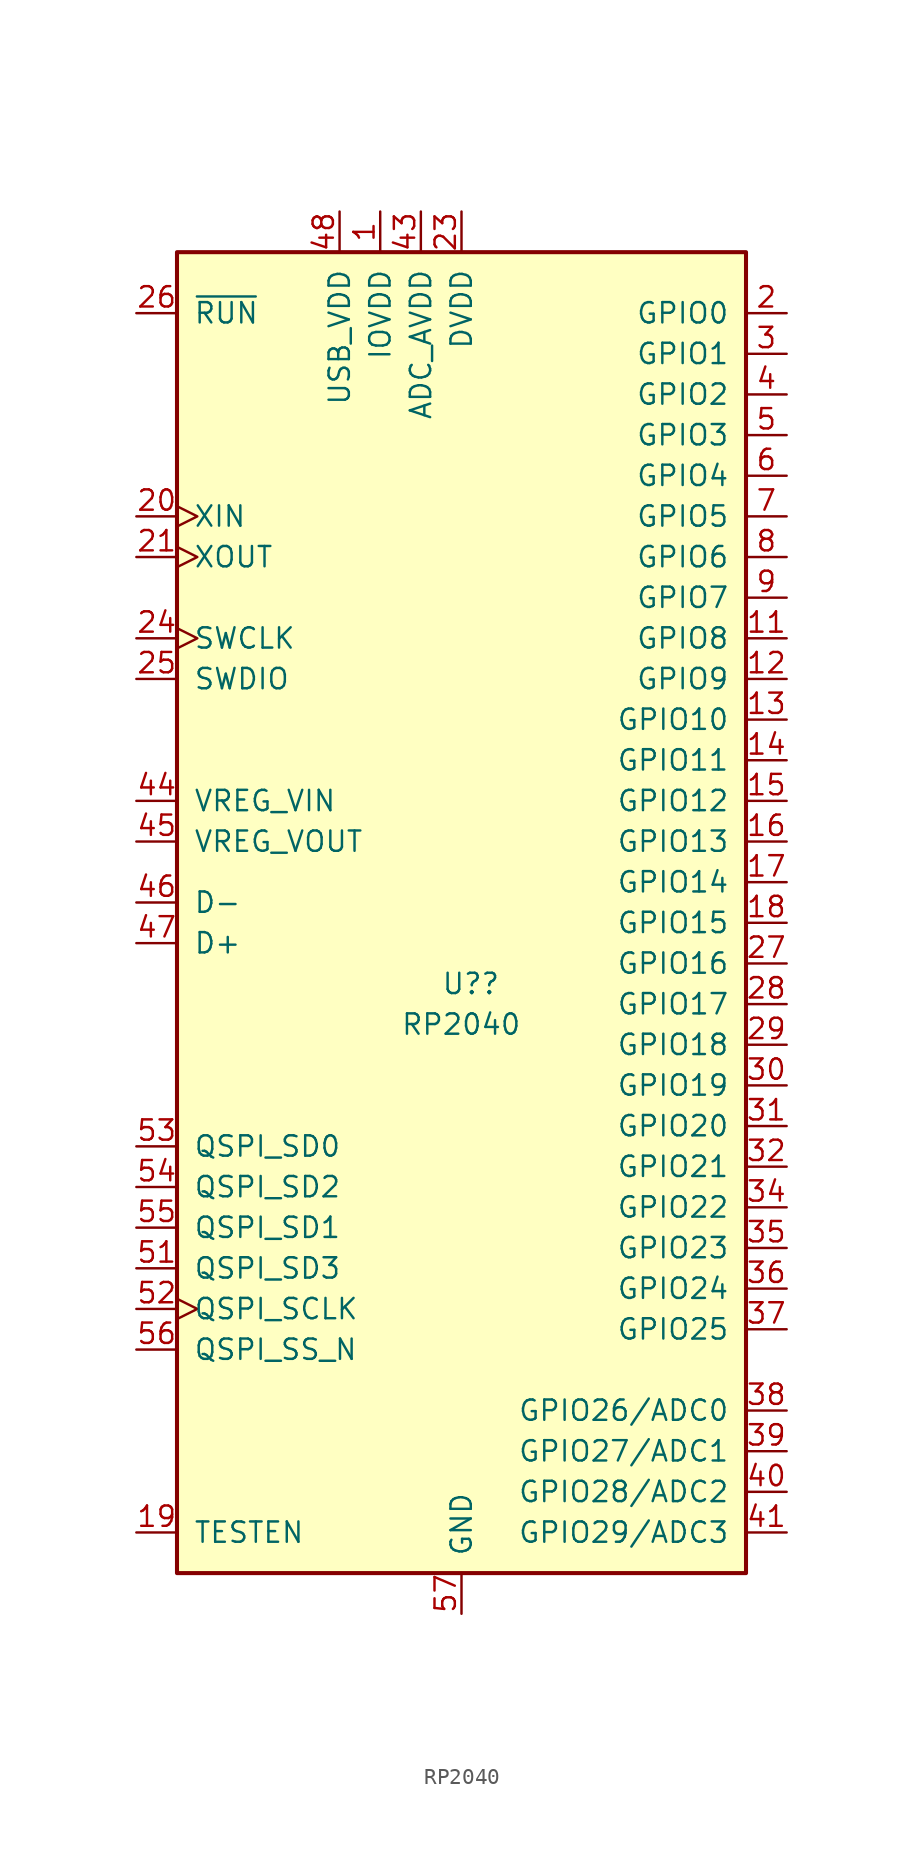
<source format=kicad_sym>
(kicad_symbol_lib
  (version 20211014)
  (generator kicad_symbol_editor)
  (symbol "cipulot_parts:RP2040"
    (pin_names
      (offset 1.016))
    (property "Reference" "U?"
      (at -1.27 1.27 0)
      (effects (font (size 1.27 1.27)) (justify left)))
    (property "Value" "RP2040"
      (at -3.81 -1.27 0)
      (effects (font (size 1.27 1.27)) (justify left)))
    (symbol "RP2040_0_0"
      (rectangle (start -17.78 46.99) (end 17.78 -35.56) (stroke (width 0.254) (type default) (color 0 0 0 0)) (fill (type background))))
    (symbol "RP2040_1_1"
      (pin power_in line (at -5.08 49.53 270) (length 2.54) (name "IOVDD" (effects (font (size 1.27 1.27)))) (number "1" (effects (font (size 1.27 1.27)))))
      (pin power_in line (at -5.08 49.53 270) (length 2.54) hide (name "IOVDD" (effects (font (size 1.27 1.27)))) (number "10" (effects (font (size 1.27 1.27)))))
      (pin input line (at 20.32 22.86 180) (length 2.54) (name "GPIO8" (effects (font (size 1.27 1.27)))) (number "11" (effects (font (size 1.27 1.27)))))
      (pin input line (at 20.32 20.32 180) (length 2.54) (name "GPIO9" (effects (font (size 1.27 1.27)))) (number "12" (effects (font (size 1.27 1.27)))))
      (pin input line (at 20.32 17.78 180) (length 2.54) (name "GPIO10" (effects (font (size 1.27 1.27)))) (number "13" (effects (font (size 1.27 1.27)))))
      (pin input line (at 20.32 15.24 180) (length 2.54) (name "GPIO11" (effects (font (size 1.27 1.27)))) (number "14" (effects (font (size 1.27 1.27)))))
      (pin input line (at 20.32 12.7 180) (length 2.54) (name "GPIO12" (effects (font (size 1.27 1.27)))) (number "15" (effects (font (size 1.27 1.27)))))
      (pin input line (at 20.32 10.16 180) (length 2.54) (name "GPIO13" (effects (font (size 1.27 1.27)))) (number "16" (effects (font (size 1.27 1.27)))))
      (pin input line (at 20.32 7.62 180) (length 2.54) (name "GPIO14" (effects (font (size 1.27 1.27)))) (number "17" (effects (font (size 1.27 1.27)))))
      (pin input line (at 20.32 5.08 180) (length 2.54) (name "GPIO15" (effects (font (size 1.27 1.27)))) (number "18" (effects (font (size 1.27 1.27)))))
      (pin input line (at -20.32 -33.02 0) (length 2.54) (name "TESTEN" (effects (font (size 1.27 1.27)))) (number "19" (effects (font (size 1.27 1.27)))))
      (pin input line (at 20.32 43.18 180) (length 2.54) (name "GPIO0" (effects (font (size 1.27 1.27)))) (number "2" (effects (font (size 1.27 1.27)))))
      (pin input clock (at -20.32 30.48 0) (length 2.54) (name "XIN" (effects (font (size 1.27 1.27)))) (number "20" (effects (font (size 1.27 1.27)))))
      (pin input clock (at -20.32 27.94 0) (length 2.54) (name "XOUT" (effects (font (size 1.27 1.27)))) (number "21" (effects (font (size 1.27 1.27)))))
      (pin power_in line (at -5.08 49.53 270) (length 2.54) hide (name "IOVDD" (effects (font (size 1.27 1.27)))) (number "22" (effects (font (size 1.27 1.27)))))
      (pin power_in line (at 0 49.53 270) (length 2.54) (name "DVDD" (effects (font (size 1.27 1.27)))) (number "23" (effects (font (size 1.27 1.27)))))
      (pin input clock (at -20.32 22.86 0) (length 2.54) (name "SWCLK" (effects (font (size 1.27 1.27)))) (number "24" (effects (font (size 1.27 1.27)))))
      (pin bidirectional line (at -20.32 20.32 0) (length 2.54) (name "SWDIO" (effects (font (size 1.27 1.27)))) (number "25" (effects (font (size 1.27 1.27)))))
      (pin input line (at -20.32 43.18 0) (length 2.54) (name "~{RUN}" (effects (font (size 1.27 1.27)))) (number "26" (effects (font (size 1.27 1.27)))))
      (pin input line (at 20.32 2.54 180) (length 2.54) (name "GPIO16" (effects (font (size 1.27 1.27)))) (number "27" (effects (font (size 1.27 1.27)))))
      (pin input line (at 20.32 0 180) (length 2.54) (name "GPIO17" (effects (font (size 1.27 1.27)))) (number "28" (effects (font (size 1.27 1.27)))))
      (pin input line (at 20.32 -2.54 180) (length 2.54) (name "GPIO18" (effects (font (size 1.27 1.27)))) (number "29" (effects (font (size 1.27 1.27)))))
      (pin input line (at 20.32 40.64 180) (length 2.54) (name "GPIO1" (effects (font (size 1.27 1.27)))) (number "3" (effects (font (size 1.27 1.27)))))
      (pin input line (at 20.32 -5.08 180) (length 2.54) (name "GPIO19" (effects (font (size 1.27 1.27)))) (number "30" (effects (font (size 1.27 1.27)))))
      (pin input line (at 20.32 -7.62 180) (length 2.54) (name "GPIO20" (effects (font (size 1.27 1.27)))) (number "31" (effects (font (size 1.27 1.27)))))
      (pin input line (at 20.32 -10.16 180) (length 2.54) (name "GPIO21" (effects (font (size 1.27 1.27)))) (number "32" (effects (font (size 1.27 1.27)))))
      (pin power_in line (at -5.08 49.53 270) (length 2.54) hide (name "IOVDD" (effects (font (size 1.27 1.27)))) (number "33" (effects (font (size 1.27 1.27)))))
      (pin input line (at 20.32 -12.7 180) (length 2.54) (name "GPIO22" (effects (font (size 1.27 1.27)))) (number "34" (effects (font (size 1.27 1.27)))))
      (pin input line (at 20.32 -15.24 180) (length 2.54) (name "GPIO23" (effects (font (size 1.27 1.27)))) (number "35" (effects (font (size 1.27 1.27)))))
      (pin input line (at 20.32 -17.78 180) (length 2.54) (name "GPIO24" (effects (font (size 1.27 1.27)))) (number "36" (effects (font (size 1.27 1.27)))))
      (pin input line (at 20.32 -20.32 180) (length 2.54) (name "GPIO25" (effects (font (size 1.27 1.27)))) (number "37" (effects (font (size 1.27 1.27)))))
      (pin input line (at 20.32 -25.4 180) (length 2.54) (name "GPIO26/ADC0" (effects (font (size 1.27 1.27)))) (number "38" (effects (font (size 1.27 1.27)))))
      (pin input line (at 20.32 -27.94 180) (length 2.54) (name "GPIO27/ADC1" (effects (font (size 1.27 1.27)))) (number "39" (effects (font (size 1.27 1.27)))))
      (pin input line (at 20.32 38.1 180) (length 2.54) (name "GPIO2" (effects (font (size 1.27 1.27)))) (number "4" (effects (font (size 1.27 1.27)))))
      (pin input line (at 20.32 -30.48 180) (length 2.54) (name "GPIO28/ADC2" (effects (font (size 1.27 1.27)))) (number "40" (effects (font (size 1.27 1.27)))))
      (pin input line (at 20.32 -33.02 180) (length 2.54) (name "GPIO29/ADC3" (effects (font (size 1.27 1.27)))) (number "41" (effects (font (size 1.27 1.27)))))
      (pin power_in line (at -5.08 49.53 270) (length 2.54) hide (name "IOVDD" (effects (font (size 1.27 1.27)))) (number "42" (effects (font (size 1.27 1.27)))))
      (pin power_in line (at -2.54 49.53 270) (length 2.54) (name "ADC_AVDD" (effects (font (size 1.27 1.27)))) (number "43" (effects (font (size 1.27 1.27)))))
      (pin power_in line (at -20.32 12.7 0) (length 2.54) (name "VREG_VIN" (effects (font (size 1.27 1.27)))) (number "44" (effects (font (size 1.27 1.27)))))
      (pin power_out line (at -20.32 10.16 0) (length 2.54) (name "VREG_VOUT" (effects (font (size 1.27 1.27)))) (number "45" (effects (font (size 1.27 1.27)))))
      (pin bidirectional line (at -20.32 6.35 0) (length 2.54) (name "D-" (effects (font (size 1.27 1.27)))) (number "46" (effects (font (size 1.27 1.27)))))
      (pin bidirectional line (at -20.32 3.81 0) (length 2.54) (name "D+" (effects (font (size 1.27 1.27)))) (number "47" (effects (font (size 1.27 1.27)))))
      (pin power_in line (at -7.62 49.53 270) (length 2.54) (name "USB_VDD" (effects (font (size 1.27 1.27)))) (number "48" (effects (font (size 1.27 1.27)))))
      (pin power_in line (at -5.08 49.53 270) (length 2.54) hide (name "IOVDD" (effects (font (size 1.27 1.27)))) (number "49" (effects (font (size 1.27 1.27)))))
      (pin input line (at 20.32 35.56 180) (length 2.54) (name "GPIO3" (effects (font (size 1.27 1.27)))) (number "5" (effects (font (size 1.27 1.27)))))
      (pin power_in line (at 0 49.53 270) (length 2.54) hide (name "DVDD" (effects (font (size 1.27 1.27)))) (number "50" (effects (font (size 1.27 1.27)))))
      (pin bidirectional line (at -20.32 -16.51 0) (length 2.54) (name "QSPI_SD3" (effects (font (size 1.27 1.27)))) (number "51" (effects (font (size 1.27 1.27)))))
      (pin input clock (at -20.32 -19.05 0) (length 2.54) (name "QSPI_SCLK" (effects (font (size 1.27 1.27)))) (number "52" (effects (font (size 1.27 1.27)))))
      (pin bidirectional line (at -20.32 -8.89 0) (length 2.54) (name "QSPI_SD0" (effects (font (size 1.27 1.27)))) (number "53" (effects (font (size 1.27 1.27)))))
      (pin bidirectional line (at -20.32 -11.43 0) (length 2.54) (name "QSPI_SD2" (effects (font (size 1.27 1.27)))) (number "54" (effects (font (size 1.27 1.27)))))
      (pin bidirectional line (at -20.32 -13.97 0) (length 2.54) (name "QSPI_SD1" (effects (font (size 1.27 1.27)))) (number "55" (effects (font (size 1.27 1.27)))))
      (pin bidirectional line (at -20.32 -21.59 0) (length 2.54) (name "QSPI_SS_N" (effects (font (size 1.27 1.27)))) (number "56" (effects (font (size 1.27 1.27)))))
      (pin power_in line (at 0 -38.1 90) (length 2.54) (name "GND" (effects (font (size 1.27 1.27)))) (number "57" (effects (font (size 1.27 1.27)))))
      (pin input line (at 20.32 33.02 180) (length 2.54) (name "GPIO4" (effects (font (size 1.27 1.27)))) (number "6" (effects (font (size 1.27 1.27)))))
      (pin input line (at 20.32 30.48 180) (length 2.54) (name "GPIO5" (effects (font (size 1.27 1.27)))) (number "7" (effects (font (size 1.27 1.27)))))
      (pin input line (at 20.32 27.94 180) (length 2.54) (name "GPIO6" (effects (font (size 1.27 1.27)))) (number "8" (effects (font (size 1.27 1.27)))))
      (pin input line (at 20.32 25.4 180) (length 2.54) (name "GPIO7" (effects (font (size 1.27 1.27)))) (number "9" (effects (font (size 1.27 1.27))))))))
</source>
